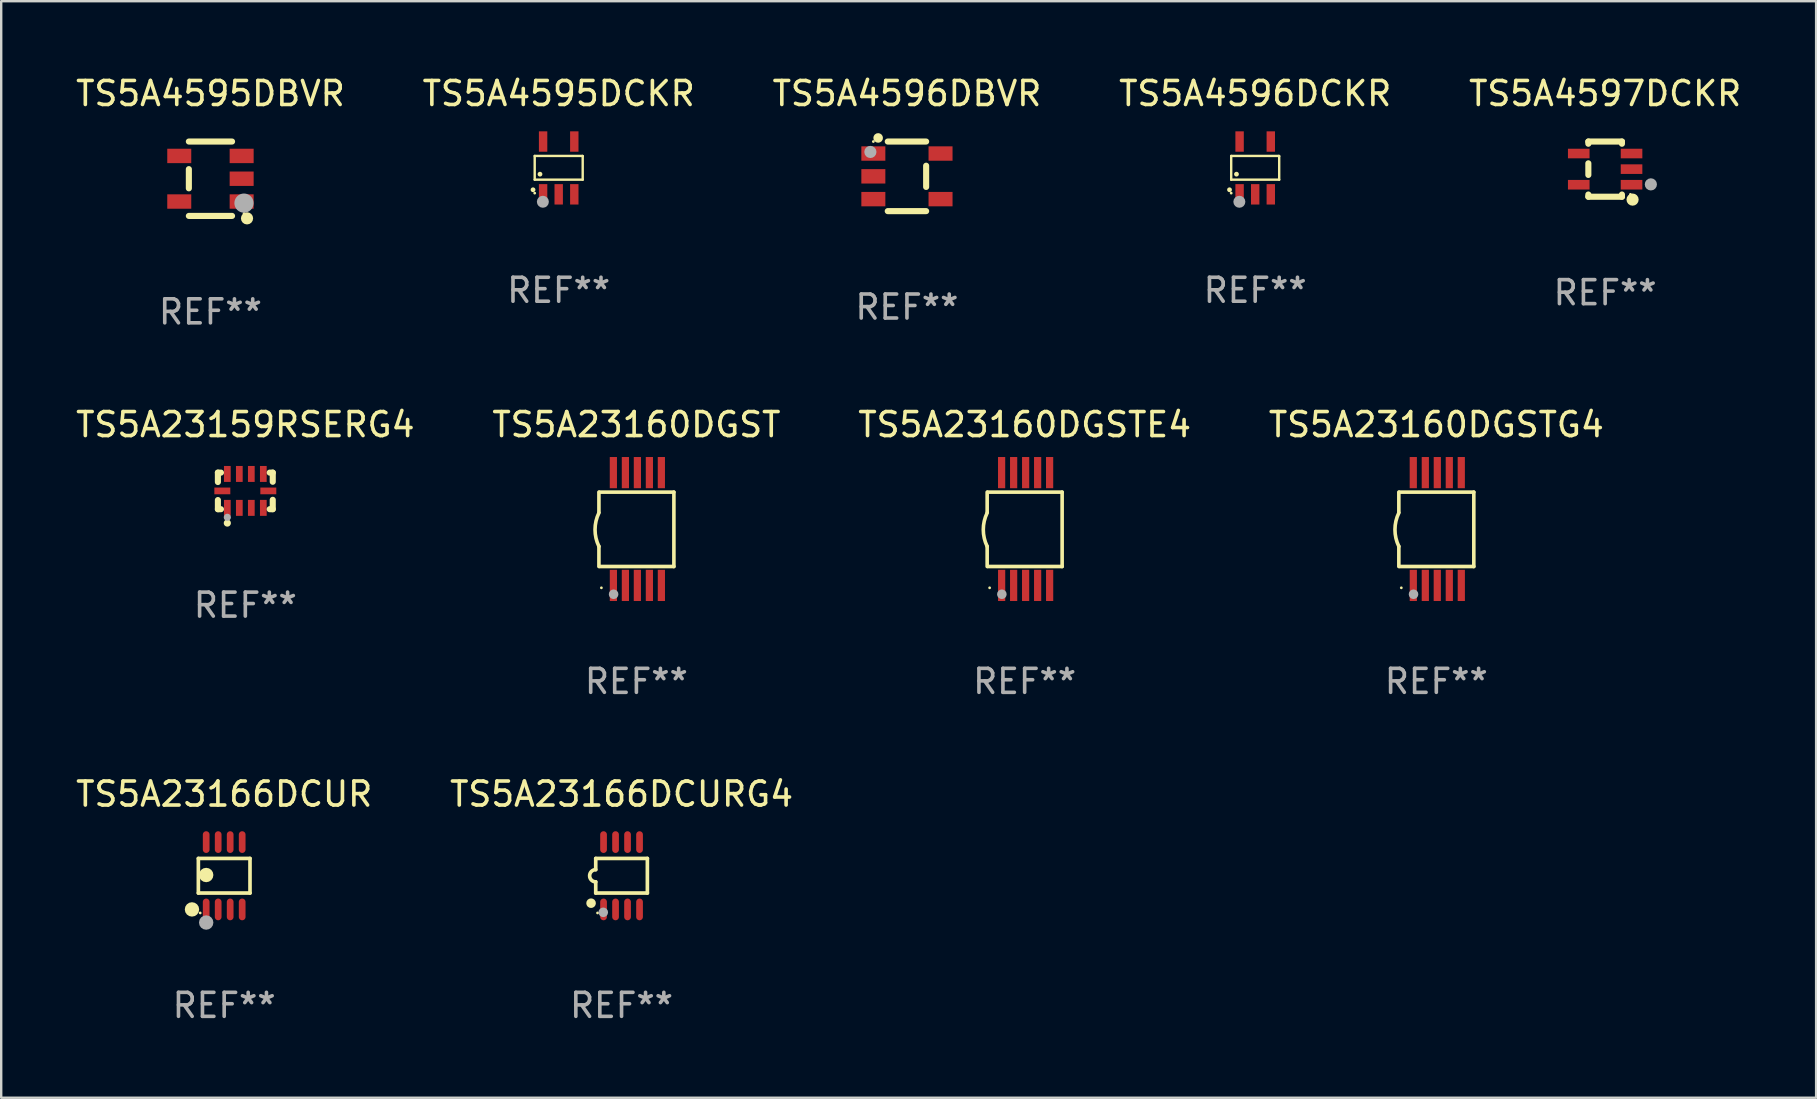
<source format=kicad_pcb>
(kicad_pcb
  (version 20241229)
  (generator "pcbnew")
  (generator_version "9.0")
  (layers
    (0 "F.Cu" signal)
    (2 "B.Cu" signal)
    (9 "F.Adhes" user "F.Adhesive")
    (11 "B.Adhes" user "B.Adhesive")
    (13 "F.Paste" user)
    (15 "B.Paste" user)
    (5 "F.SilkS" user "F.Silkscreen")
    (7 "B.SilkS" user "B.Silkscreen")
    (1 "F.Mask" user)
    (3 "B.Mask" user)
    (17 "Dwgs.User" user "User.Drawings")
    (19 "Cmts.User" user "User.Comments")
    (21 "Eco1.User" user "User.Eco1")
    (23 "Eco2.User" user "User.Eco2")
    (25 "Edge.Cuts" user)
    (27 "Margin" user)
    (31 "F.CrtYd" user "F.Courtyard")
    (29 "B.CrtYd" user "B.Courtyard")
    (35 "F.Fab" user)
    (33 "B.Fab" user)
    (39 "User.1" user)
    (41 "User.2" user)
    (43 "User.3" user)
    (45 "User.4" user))
  (footprint "TS5A4596DCKR"
    (layer "F.Cu")
    (at 49.256 3.948)
    (property "Reference" "TS5A4596DCKR" (at 0 -3.1 0) (layer "F.SilkS") (effects (font (size 1 1) (thickness 0.15))))
    (attr through_hole)
    (fp_line (start -1 -0.5) (end -1 0.49) (stroke (width 0.1) (type solid)) (layer "F.SilkS"))
    (fp_line (start -1 0.49) (end 1 0.49) (stroke (width 0.1) (type solid)) (layer "F.SilkS"))
    (fp_line (start 0.99 -0.5) (end -1 -0.5) (stroke (width 0.1) (type solid)) (layer "F.SilkS"))
    (fp_line (start 1 -0.49) (end 0.99 -0.5) (stroke (width 0.1) (type solid)) (layer "F.SilkS"))
    (fp_line (start 1 0.49) (end 1 -0.49) (stroke (width 0.1) (type solid)) (layer "F.SilkS"))
    (fp_circle (center -1.07 0.91) (end -1.02 0.91) (stroke (width 0.1) (type solid)) (fill no) (layer "F.SilkS"))
    (fp_circle (center -1 1.05) (end -0.97 1.05) (stroke (width 0.06) (type solid)) (fill no) (layer "F.SilkS"))
    (fp_circle (center -0.78 0.26) (end -0.73 0.26) (stroke (width 0.1) (type solid)) (fill no) (layer "F.SilkS"))
    (fp_circle (center -0.66 1.41) (end -0.535 1.41) (stroke (width 0.25) (type solid)) (fill no) (layer "F.Fab"))
    (fp_text user "REF**" (at 0 5.1 0) (layer "F.Fab") (effects (font (size 1 1) (thickness 0.15))))
    (pad "1" smd rect (at -0.65 1.1) (size 0.35 0.85) (layers "F.Cu" "F.Mask" "F.Paste"))
    (pad "2" smd rect (at 0.000051 1.1) (size 0.35 0.85) (layers "F.Cu" "F.Mask" "F.Paste"))
    (pad "3" smd rect (at 0.65 1.1) (size 0.35 0.85) (layers "F.Cu" "F.Mask" "F.Paste"))
    (pad "4" smd rect (at 0.65 -1.1) (size 0.35 0.85) (layers "F.Cu" "F.Mask" "F.Paste"))
    (pad "5" smd rect (at -0.65 -1.1) (size 0.35 0.85) (layers "F.Cu" "F.Mask" "F.Paste")))
  (footprint "TS5A4596DBVR"
    (layer "F.Cu")
    (at 34.744 4.298)
    (property "Reference" "TS5A4596DBVR" (at 0 -3.45 0) (layer "F.SilkS") (effects (font (size 1 1) (thickness 0.15))))
    (attr through_hole)
    (fp_line (start 0.8 -1.45) (end -0.8 -1.45) (stroke (width 0.254) (type solid)) (layer "F.SilkS"))
    (fp_line (start 0.8 -0.442) (end 0.8 0.442) (stroke (width 0.254) (type solid)) (layer "F.SilkS"))
    (fp_line (start 0.8 1.45) (end -0.8 1.45) (stroke (width 0.254) (type solid)) (layer "F.SilkS"))
    (fp_circle (center -1.4 -1.45) (end -1.37 -1.45) (stroke (width 0.06) (type solid)) (fill no) (layer "F.SilkS"))
    (fp_circle (center -1.2 -1.6) (end -1.1 -1.6) (stroke (width 0.2) (type solid)) (fill no) (layer "F.SilkS"))
    (fp_circle (center -1.524 -1.016) (end -1.397 -1.016) (stroke (width 0.254) (type solid)) (fill no) (layer "F.Fab"))
    (fp_text user "REF**" (at 0 5.45 0) (layer "F.Fab") (effects (font (size 1 1) (thickness 0.15))))
    (pad "1" smd rect (at -1.4 -0.95 180) (size 1 0.6) (layers "F.Cu" "F.Mask" "F.Paste"))
    (pad "2" smd rect (at -1.4 0.000114 180) (size 1 0.6) (layers "F.Cu" "F.Mask" "F.Paste"))
    (pad "3" smd rect (at -1.4 0.95 180) (size 1 0.6) (layers "F.Cu" "F.Mask" "F.Paste"))
    (pad "4" smd rect (at 1.4 0.95) (size 1 0.6) (layers "F.Cu" "F.Mask" "F.Paste"))
    (pad "5" smd rect (at 1.4 -0.95) (size 1 0.6) (layers "F.Cu" "F.Mask" "F.Paste")))
  (footprint "TS5A23160DGSTE4"
    (layer "F.Cu")
    (at 39.649 18.995)
    (property "Reference" "TS5A23160DGSTE4" (at 0 -4.35 0) (layer "F.SilkS") (effects (font (size 1 1) (thickness 0.15))))
    (attr through_hole)
    (fp_line (start -1.562 -1.537) (end -1.562 -0.698) (stroke (width 0.15) (type solid)) (layer "F.SilkS"))
    (fp_line (start -1.562 0.724) (end -1.562 1.562) (stroke (width 0.15) (type solid)) (layer "F.SilkS"))
    (fp_line (start -1.538 -1.537) (end 1.562 -1.537) (stroke (width 0.15) (type solid)) (layer "F.SilkS"))
    (fp_line (start -1.538 1.562) (end 1.562 1.562) (stroke (width 0.15) (type solid)) (layer "F.SilkS"))
    (fp_line (start 1.562 1.564) (end 1.562 -1.537) (stroke (width 0.15) (type solid)) (layer "F.SilkS"))
    (fp_arc (start -1.562103 0.724079) (mid -1.723579 0.025578) (end -1.562103 -0.672924) (stroke (width 0.150013) (type solid)) (layer "F.SilkS"))
    (fp_circle (center -1.459 2.45) (end -1.429 2.45) (stroke (width 0.06) (type solid)) (fill no) (layer "F.SilkS"))
    (fp_circle (center -0.95 2.718) (end -0.85 2.718) (stroke (width 0.2) (type solid)) (fill no) (layer "F.Fab"))
    (fp_text user "REF**" (at 0 6.35 0) (layer "F.Fab") (effects (font (size 1 1) (thickness 0.15))))
    (pad "1" smd rect (at -0.959 2.35) (size 0.3 1.3) (layers "F.Cu" "F.Mask" "F.Paste"))
    (pad "2" smd rect (at -0.459 2.35) (size 0.3 1.3) (layers "F.Cu" "F.Mask" "F.Paste"))
    (pad "3" smd rect (at 0.04 2.35) (size 0.3 1.3) (layers "F.Cu" "F.Mask" "F.Paste"))
    (pad "4" smd rect (at 0.541 2.35) (size 0.3 1.3) (layers "F.Cu" "F.Mask" "F.Paste"))
    (pad "5" smd rect (at 1.041 2.35) (size 0.3 1.3) (layers "F.Cu" "F.Mask" "F.Paste"))
    (pad "6" smd rect (at 1.04 -2.35) (size 0.3 1.3) (layers "F.Cu" "F.Mask" "F.Paste"))
    (pad "7" smd rect (at 0.541 -2.35) (size 0.3 1.3) (layers "F.Cu" "F.Mask" "F.Paste"))
    (pad "8" smd rect (at 0.041 -2.35) (size 0.3 1.3) (layers "F.Cu" "F.Mask" "F.Paste"))
    (pad "9" smd rect (at -0.459 -2.35) (size 0.3 1.3) (layers "F.Cu" "F.Mask" "F.Paste"))
    (pad "10" smd rect (at -0.96 -2.35) (size 0.3 1.3) (layers "F.Cu" "F.Mask" "F.Paste")))
  (footprint "TS5A4595DBVR"
    (layer "F.Cu")
    (at 5.72 4.398)
    (property "Reference" "TS5A4595DBVR" (at 0 -3.55 0) (layer "F.SilkS") (effects (font (size 1 1) (thickness 0.15))))
    (attr through_hole)
    (fp_line (start -0.9 -1.55) (end 0.9 -1.55) (stroke (width 0.254) (type solid)) (layer "F.SilkS"))
    (fp_line (start -0.9 0.4) (end -0.9 -0.4) (stroke (width 0.254) (type solid)) (layer "F.SilkS"))
    (fp_line (start -0.9 1.55) (end 0.9 1.55) (stroke (width 0.254) (type solid)) (layer "F.SilkS"))
    (fp_circle (center 1.4 1.45) (end 1.43 1.45) (stroke (width 0.06) (type solid)) (fill no) (layer "F.SilkS"))
    (fp_circle (center 1.524 1.651) (end 1.651 1.651) (stroke (width 0.254) (type solid)) (fill no) (layer "F.SilkS"))
    (fp_circle (center 1.397 1.016) (end 1.597 1.016) (stroke (width 0.4) (type solid)) (fill no) (layer "F.Fab"))
    (fp_text user "REF**" (at 0 5.55 0) (layer "F.Fab") (effects (font (size 1 1) (thickness 0.15))))
    (pad "1" smd rect (at 1.3 0.95) (size 1 0.6) (layers "F.Cu" "F.Mask" "F.Paste"))
    (pad "2" smd rect (at 1.3 -0.000051) (size 1 0.6) (layers "F.Cu" "F.Mask" "F.Paste"))
    (pad "3" smd rect (at 1.3 -0.95) (size 1 0.6) (layers "F.Cu" "F.Mask" "F.Paste"))
    (pad "4" smd rect (at -1.3 -0.95) (size 1 0.6) (layers "F.Cu" "F.Mask" "F.Paste"))
    (pad "5" smd rect (at -1.3 0.95) (size 1 0.6) (layers "F.Cu" "F.Mask" "F.Paste")))
  (footprint "TS5A4595DCKR"
    (layer "F.Cu")
    (at 20.232 3.948)
    (property "Reference" "TS5A4595DCKR" (at 0 -3.1 0) (layer "F.SilkS") (effects (font (size 1 1) (thickness 0.15))))
    (attr through_hole)
    (fp_line (start -1 -0.5) (end -1 0.49) (stroke (width 0.1) (type solid)) (layer "F.SilkS"))
    (fp_line (start -1 0.49) (end 1 0.49) (stroke (width 0.1) (type solid)) (layer "F.SilkS"))
    (fp_line (start 0.99 -0.5) (end -1 -0.5) (stroke (width 0.1) (type solid)) (layer "F.SilkS"))
    (fp_line (start 1 -0.49) (end 0.99 -0.5) (stroke (width 0.1) (type solid)) (layer "F.SilkS"))
    (fp_line (start 1 0.49) (end 1 -0.49) (stroke (width 0.1) (type solid)) (layer "F.SilkS"))
    (fp_circle (center -1.07 0.91) (end -1.02 0.91) (stroke (width 0.1) (type solid)) (fill no) (layer "F.SilkS"))
    (fp_circle (center -1 1.05) (end -0.97 1.05) (stroke (width 0.06) (type solid)) (fill no) (layer "F.SilkS"))
    (fp_circle (center -0.78 0.26) (end -0.73 0.26) (stroke (width 0.1) (type solid)) (fill no) (layer "F.SilkS"))
    (fp_circle (center -0.66 1.41) (end -0.535 1.41) (stroke (width 0.25) (type solid)) (fill no) (layer "F.Fab"))
    (fp_text user "REF**" (at 0 5.1 0) (layer "F.Fab") (effects (font (size 1 1) (thickness 0.15))))
    (pad "1" smd rect (at -0.65 1.1) (size 0.35 0.85) (layers "F.Cu" "F.Mask" "F.Paste"))
    (pad "2" smd rect (at 0.000051 1.1) (size 0.35 0.85) (layers "F.Cu" "F.Mask" "F.Paste"))
    (pad "3" smd rect (at 0.65 1.1) (size 0.35 0.85) (layers "F.Cu" "F.Mask" "F.Paste"))
    (pad "4" smd rect (at 0.65 -1.1) (size 0.35 0.85) (layers "F.Cu" "F.Mask" "F.Paste"))
    (pad "5" smd rect (at -0.65 -1.1) (size 0.35 0.85) (layers "F.Cu" "F.Mask" "F.Paste")))
  (footprint "TS5A4597DCKR"
    (layer "F.Cu")
    (at 63.839 3.998)
    (property "Reference" "TS5A4597DCKR" (at 0 -3.15 0) (layer "F.SilkS") (effects (font (size 1 1) (thickness 0.15))))
    (attr through_hole)
    (fp_line (start -0.7 -1.15) (end 0.7 -1.15) (stroke (width 0.254) (type solid)) (layer "F.SilkS"))
    (fp_line (start -0.7 -1.058) (end -0.7 -1.15) (stroke (width 0.254) (type solid)) (layer "F.SilkS"))
    (fp_line (start -0.7 0.242) (end -0.7 -0.242) (stroke (width 0.254) (type solid)) (layer "F.SilkS"))
    (fp_line (start -0.7 1.15) (end -0.7 1.058) (stroke (width 0.254) (type solid)) (layer "F.SilkS"))
    (fp_line (start -0.7 1.15) (end 0.7 1.15) (stroke (width 0.254) (type solid)) (layer "F.SilkS"))
    (fp_line (start 0.7 -1.058) (end 0.7 -1.15) (stroke (width 0.254) (type solid)) (layer "F.SilkS"))
    (fp_line (start 0.7 1.15) (end 0.7 1.058) (stroke (width 0.254) (type solid)) (layer "F.SilkS"))
    (fp_circle (center 1.053 1.052) (end 1.083 1.052) (stroke (width 0.06) (type solid)) (fill no) (layer "F.SilkS"))
    (fp_circle (center 1.143 1.27) (end 1.27 1.27) (stroke (width 0.254) (type solid)) (fill no) (layer "F.SilkS"))
    (fp_circle (center 1.905 0.635) (end 2.032 0.635) (stroke (width 0.254) (type solid)) (fill no) (layer "F.Fab"))
    (fp_text user "REF**" (at 0 5.15 0) (layer "F.Fab") (effects (font (size 1 1) (thickness 0.15))))
    (pad "1" smd rect (at 1.1 0.65 90) (size 0.4 0.9) (layers "F.Cu" "F.Mask" "F.Paste"))
    (pad "2" smd rect (at 1.1 0.000076 90) (size 0.4 0.9) (layers "F.Cu" "F.Mask" "F.Paste"))
    (pad "3" smd rect (at 1.1 -0.65 90) (size 0.4 0.9) (layers "F.Cu" "F.Mask" "F.Paste"))
    (pad "4" smd rect (at -1.1 -0.65 90) (size 0.4 0.9) (layers "F.Cu" "F.Mask" "F.Paste"))
    (pad "5" smd rect (at -1.1 0.65 90) (size 0.4 0.9) (layers "F.Cu" "F.Mask" "F.Paste")))
  (footprint "TS5A23160DGST"
    (layer "F.Cu")
    (at 23.47 18.995)
    (property "Reference" "TS5A23160DGST" (at 0 -4.35 0) (layer "F.SilkS") (effects (font (size 1 1) (thickness 0.15))))
    (attr through_hole)
    (fp_line (start -1.562 -1.537) (end -1.562 -0.698) (stroke (width 0.15) (type solid)) (layer "F.SilkS"))
    (fp_line (start -1.562 0.724) (end -1.562 1.562) (stroke (width 0.15) (type solid)) (layer "F.SilkS"))
    (fp_line (start -1.538 -1.537) (end 1.562 -1.537) (stroke (width 0.15) (type solid)) (layer "F.SilkS"))
    (fp_line (start -1.538 1.562) (end 1.562 1.562) (stroke (width 0.15) (type solid)) (layer "F.SilkS"))
    (fp_line (start 1.562 1.564) (end 1.562 -1.537) (stroke (width 0.15) (type solid)) (layer "F.SilkS"))
    (fp_arc (start -1.562103 0.724079) (mid -1.723579 0.025578) (end -1.562103 -0.672924) (stroke (width 0.150013) (type solid)) (layer "F.SilkS"))
    (fp_circle (center -1.459 2.45) (end -1.429 2.45) (stroke (width 0.06) (type solid)) (fill no) (layer "F.SilkS"))
    (fp_circle (center -0.95 2.718) (end -0.85 2.718) (stroke (width 0.2) (type solid)) (fill no) (layer "F.Fab"))
    (fp_text user "REF**" (at 0 6.35 0) (layer "F.Fab") (effects (font (size 1 1) (thickness 0.15))))
    (pad "1" smd rect (at -0.959 2.35) (size 0.3 1.3) (layers "F.Cu" "F.Mask" "F.Paste"))
    (pad "2" smd rect (at -0.459 2.35) (size 0.3 1.3) (layers "F.Cu" "F.Mask" "F.Paste"))
    (pad "3" smd rect (at 0.04 2.35) (size 0.3 1.3) (layers "F.Cu" "F.Mask" "F.Paste"))
    (pad "4" smd rect (at 0.541 2.35) (size 0.3 1.3) (layers "F.Cu" "F.Mask" "F.Paste"))
    (pad "5" smd rect (at 1.041 2.35) (size 0.3 1.3) (layers "F.Cu" "F.Mask" "F.Paste"))
    (pad "6" smd rect (at 1.04 -2.35) (size 0.3 1.3) (layers "F.Cu" "F.Mask" "F.Paste"))
    (pad "7" smd rect (at 0.541 -2.35) (size 0.3 1.3) (layers "F.Cu" "F.Mask" "F.Paste"))
    (pad "8" smd rect (at 0.041 -2.35) (size 0.3 1.3) (layers "F.Cu" "F.Mask" "F.Paste"))
    (pad "9" smd rect (at -0.459 -2.35) (size 0.3 1.3) (layers "F.Cu" "F.Mask" "F.Paste"))
    (pad "10" smd rect (at -0.96 -2.35) (size 0.3 1.3) (layers "F.Cu" "F.Mask" "F.Paste")))
  (footprint "TS5A23160DGSTG4"
    (layer "F.Cu")
    (at 56.804 18.995)
    (property "Reference" "TS5A23160DGSTG4" (at 0 -4.35 0) (layer "F.SilkS") (effects (font (size 1 1) (thickness 0.15))))
    (attr through_hole)
    (fp_line (start -1.562 -1.537) (end -1.562 -0.698) (stroke (width 0.15) (type solid)) (layer "F.SilkS"))
    (fp_line (start -1.562 0.724) (end -1.562 1.562) (stroke (width 0.15) (type solid)) (layer "F.SilkS"))
    (fp_line (start -1.538 -1.537) (end 1.562 -1.537) (stroke (width 0.15) (type solid)) (layer "F.SilkS"))
    (fp_line (start -1.538 1.562) (end 1.562 1.562) (stroke (width 0.15) (type solid)) (layer "F.SilkS"))
    (fp_line (start 1.562 1.564) (end 1.562 -1.537) (stroke (width 0.15) (type solid)) (layer "F.SilkS"))
    (fp_arc (start -1.562103 0.724079) (mid -1.723579 0.025578) (end -1.562103 -0.672924) (stroke (width 0.150013) (type solid)) (layer "F.SilkS"))
    (fp_circle (center -1.459 2.45) (end -1.429 2.45) (stroke (width 0.06) (type solid)) (fill no) (layer "F.SilkS"))
    (fp_circle (center -0.95 2.718) (end -0.85 2.718) (stroke (width 0.2) (type solid)) (fill no) (layer "F.Fab"))
    (fp_text user "REF**" (at 0 6.35 0) (layer "F.Fab") (effects (font (size 1 1) (thickness 0.15))))
    (pad "1" smd rect (at -0.959 2.35) (size 0.3 1.3) (layers "F.Cu" "F.Mask" "F.Paste"))
    (pad "2" smd rect (at -0.459 2.35) (size 0.3 1.3) (layers "F.Cu" "F.Mask" "F.Paste"))
    (pad "3" smd rect (at 0.04 2.35) (size 0.3 1.3) (layers "F.Cu" "F.Mask" "F.Paste"))
    (pad "4" smd rect (at 0.541 2.35) (size 0.3 1.3) (layers "F.Cu" "F.Mask" "F.Paste"))
    (pad "5" smd rect (at 1.041 2.35) (size 0.3 1.3) (layers "F.Cu" "F.Mask" "F.Paste"))
    (pad "6" smd rect (at 1.04 -2.35) (size 0.3 1.3) (layers "F.Cu" "F.Mask" "F.Paste"))
    (pad "7" smd rect (at 0.541 -2.35) (size 0.3 1.3) (layers "F.Cu" "F.Mask" "F.Paste"))
    (pad "8" smd rect (at 0.041 -2.35) (size 0.3 1.3) (layers "F.Cu" "F.Mask" "F.Paste"))
    (pad "9" smd rect (at -0.459 -2.35) (size 0.3 1.3) (layers "F.Cu" "F.Mask" "F.Paste"))
    (pad "10" smd rect (at -0.96 -2.35) (size 0.3 1.3) (layers "F.Cu" "F.Mask" "F.Paste")))
  (footprint "TS5A23166DCUR"
    (layer "F.Cu")
    (at 6.292 33.444)
    (property "Reference" "TS5A23166DCUR" (at 0 -3.403 0) (layer "F.SilkS") (effects (font (size 1 1) (thickness 0.15))))
    (attr through_hole)
    (fp_line (start -1.076 -0.721) (end 1.076 -0.721) (stroke (width 0.152) (type solid)) (layer "F.SilkS"))
    (fp_line (start -1.076 0.721) (end -1.076 -0.721) (stroke (width 0.152) (type solid)) (layer "F.SilkS"))
    (fp_line (start 1.076 -0.721) (end 1.076 0.721) (stroke (width 0.152) (type solid)) (layer "F.SilkS"))
    (fp_line (start 1.076 0.721) (end -1.076 0.721) (stroke (width 0.152) (type solid)) (layer "F.SilkS"))
    (fp_circle (center -1.342 1.403) (end -1.192 1.403) (stroke (width 0.3) (type solid)) (fill no) (layer "F.SilkS"))
    (fp_circle (center -1 1.55) (end -0.97 1.55) (stroke (width 0.06) (type solid)) (fill no) (layer "F.SilkS"))
    (fp_circle (center -0.75 -0.031) (end -0.6 -0.031) (stroke (width 0.3) (type solid)) (fill no) (layer "F.SilkS"))
    (fp_circle (center -0.75 1.95) (end -0.6 1.95) (stroke (width 0.3) (type solid)) (fill no) (layer "F.Fab"))
    (fp_text user "REF**" (at 0 5.403 0) (layer "F.Fab") (effects (font (size 1 1) (thickness 0.15))))
    (pad "1" smd oval (at -0.75 1.403) (size 0.28 0.905) (layers "F.Cu" "F.Mask" "F.Paste"))
    (pad "2" smd oval (at -0.25 1.403) (size 0.28 0.905) (layers "F.Cu" "F.Mask" "F.Paste"))
    (pad "3" smd oval (at 0.25 1.403) (size 0.28 0.905) (layers "F.Cu" "F.Mask" "F.Paste"))
    (pad "4" smd oval (at 0.75 1.403) (size 0.28 0.905) (layers "F.Cu" "F.Mask" "F.Paste"))
    (pad "5" smd oval (at 0.75 -1.403) (size 0.28 0.905) (layers "F.Cu" "F.Mask" "F.Paste"))
    (pad "6" smd oval (at 0.25 -1.403) (size 0.28 0.905) (layers "F.Cu" "F.Mask" "F.Paste"))
    (pad "7" smd oval (at -0.25 -1.403) (size 0.28 0.905) (layers "F.Cu" "F.Mask" "F.Paste"))
    (pad "8" smd oval (at -0.75 -1.403) (size 0.28 0.905) (layers "F.Cu" "F.Mask" "F.Paste")))
  (footprint "TS5A23166DCURG4"
    (layer "F.Cu")
    (at 22.851 33.444)
    (property "Reference" "TS5A23166DCURG4" (at 0 -3.403 0) (layer "F.SilkS") (effects (font (size 1 1) (thickness 0.15))))
    (attr through_hole)
    (fp_line (start -1.076 -0.721) (end 1.076 -0.721) (stroke (width 0.152) (type solid)) (layer "F.SilkS"))
    (fp_line (start -1.076 -0.254) (end -1.076 -0.721) (stroke (width 0.152) (type solid)) (layer "F.SilkS"))
    (fp_line (start -1.076 0.254) (end -1.076 0.721) (stroke (width 0.152) (type solid)) (layer "F.SilkS"))
    (fp_line (start 1.076 -0.721) (end 1.076 0.721) (stroke (width 0.152) (type solid)) (layer "F.SilkS"))
    (fp_line (start 1.076 0.721) (end -1.076 0.721) (stroke (width 0.152) (type solid)) (layer "F.SilkS"))
    (fp_arc (start -1.076226 0.254051) (mid -1.330226 0.000051) (end -1.076226 -0.253949) (stroke (width 0.151994) (type solid)) (layer "F.SilkS"))
    (fp_circle (center -1.27 1.143) (end -1.17 1.143) (stroke (width 0.2) (type solid)) (fill no) (layer "F.SilkS"))
    (fp_circle (center -1 1.55) (end -0.97 1.55) (stroke (width 0.06) (type solid)) (fill no) (layer "F.SilkS"))
    (fp_circle (center -0.762 1.524) (end -0.662 1.524) (stroke (width 0.2) (type solid)) (fill no) (layer "F.Fab"))
    (fp_text user "REF**" (at 0 5.403 0) (layer "F.Fab") (effects (font (size 1 1) (thickness 0.15))))
    (pad "1" smd oval (at -0.75 1.403) (size 0.28 0.905) (layers "F.Cu" "F.Mask" "F.Paste"))
    (pad "2" smd oval (at -0.25 1.403) (size 0.28 0.905) (layers "F.Cu" "F.Mask" "F.Paste"))
    (pad "3" smd oval (at 0.25 1.403) (size 0.28 0.905) (layers "F.Cu" "F.Mask" "F.Paste"))
    (pad "4" smd oval (at 0.75 1.403) (size 0.28 0.905) (layers "F.Cu" "F.Mask" "F.Paste"))
    (pad "5" smd oval (at 0.75 -1.403) (size 0.28 0.905) (layers "F.Cu" "F.Mask" "F.Paste"))
    (pad "6" smd oval (at 0.25 -1.403) (size 0.28 0.905) (layers "F.Cu" "F.Mask" "F.Paste"))
    (pad "7" smd oval (at -0.25 -1.403) (size 0.28 0.905) (layers "F.Cu" "F.Mask" "F.Paste"))
    (pad "8" smd oval (at -0.75 -1.403) (size 0.28 0.905) (layers "F.Cu" "F.Mask" "F.Paste")))
  (footprint "TS5A23159RSERG4"
    (layer "F.Cu")
    (at 7.173 17.407)
    (property "Reference" "TS5A23159RSERG4" (at 0 -2.762 0) (layer "F.SilkS") (effects (font (size 1 1) (thickness 0.15))))
    (attr through_hole)
    (fp_line (start -1.143 -0.762) (end -1.143 -0.371) (stroke (width 0.254) (type solid)) (layer "F.SilkS"))
    (fp_line (start -1.143 -0.762) (end -1.016 -0.762) (stroke (width 0.254) (type solid)) (layer "F.SilkS"))
    (fp_line (start -1.143 0.762) (end -1.143 0.381) (stroke (width 0.254) (type solid)) (layer "F.SilkS"))
    (fp_line (start -1.143 0.762) (end -1.016 0.762) (stroke (width 0.254) (type solid)) (layer "F.SilkS"))
    (fp_line (start 1.143 -0.762) (end 1.016 -0.762) (stroke (width 0.254) (type solid)) (layer "F.SilkS"))
    (fp_line (start 1.143 -0.762) (end 1.143 -0.381) (stroke (width 0.254) (type solid)) (layer "F.SilkS"))
    (fp_line (start 1.143 0.762) (end 1.016 0.762) (stroke (width 0.254) (type solid)) (layer "F.SilkS"))
    (fp_line (start 1.143 0.762) (end 1.143 0.371) (stroke (width 0.254) (type solid)) (layer "F.SilkS"))
    (fp_circle (center -1.05 0.8) (end -1.02 0.8) (stroke (width 0.06) (type solid)) (fill no) (layer "F.SilkS"))
    (fp_circle (center -0.75 1.34) (end -0.675 1.34) (stroke (width 0.15) (type solid)) (fill no) (layer "F.SilkS"))
    (fp_circle (center -0.75 1.1) (end -0.675 1.1) (stroke (width 0.15) (type solid)) (fill no) (layer "F.Fab"))
    (fp_text user "REF**" (at 0 4.762 0) (layer "F.Fab") (effects (font (size 1 1) (thickness 0.15))))
    (pad "1" smd rect (at -0.75 0.707) (size 0.28 0.665) (layers "F.Cu" "F.Mask" "F.Paste"))
    (pad "2" smd rect (at -0.25 0.707) (size 0.28 0.665) (layers "F.Cu" "F.Mask" "F.Paste"))
    (pad "3" smd rect (at 0.25 0.707) (size 0.28 0.665) (layers "F.Cu" "F.Mask" "F.Paste"))
    (pad "4" smd rect (at 0.75 0.707) (size 0.28 0.665) (layers "F.Cu" "F.Mask" "F.Paste"))
    (pad "5" smd rect (at 0.958 -0.000013) (size 0.665 0.28) (layers "F.Cu" "F.Mask" "F.Paste"))
    (pad "6" smd rect (at 0.75 -0.707) (size 0.28 0.665) (layers "F.Cu" "F.Mask" "F.Paste"))
    (pad "7" smd rect (at 0.25 -0.707) (size 0.28 0.665) (layers "F.Cu" "F.Mask" "F.Paste"))
    (pad "8" smd rect (at -0.25 -0.707) (size 0.28 0.665) (layers "F.Cu" "F.Mask" "F.Paste"))
    (pad "9" smd rect (at -0.75 -0.707) (size 0.28 0.665) (layers "F.Cu" "F.Mask" "F.Paste"))
    (pad "10" smd rect (at -0.958 -0.000013) (size 0.665 0.28) (layers "F.Cu" "F.Mask" "F.Paste")))
  (gr_rect
    (start -3 -3)
    (end 72.631 42.695)
    (stroke (width 0.1) (type default))
    (fill no)
    (layer "Edge.Cuts")))
</source>
